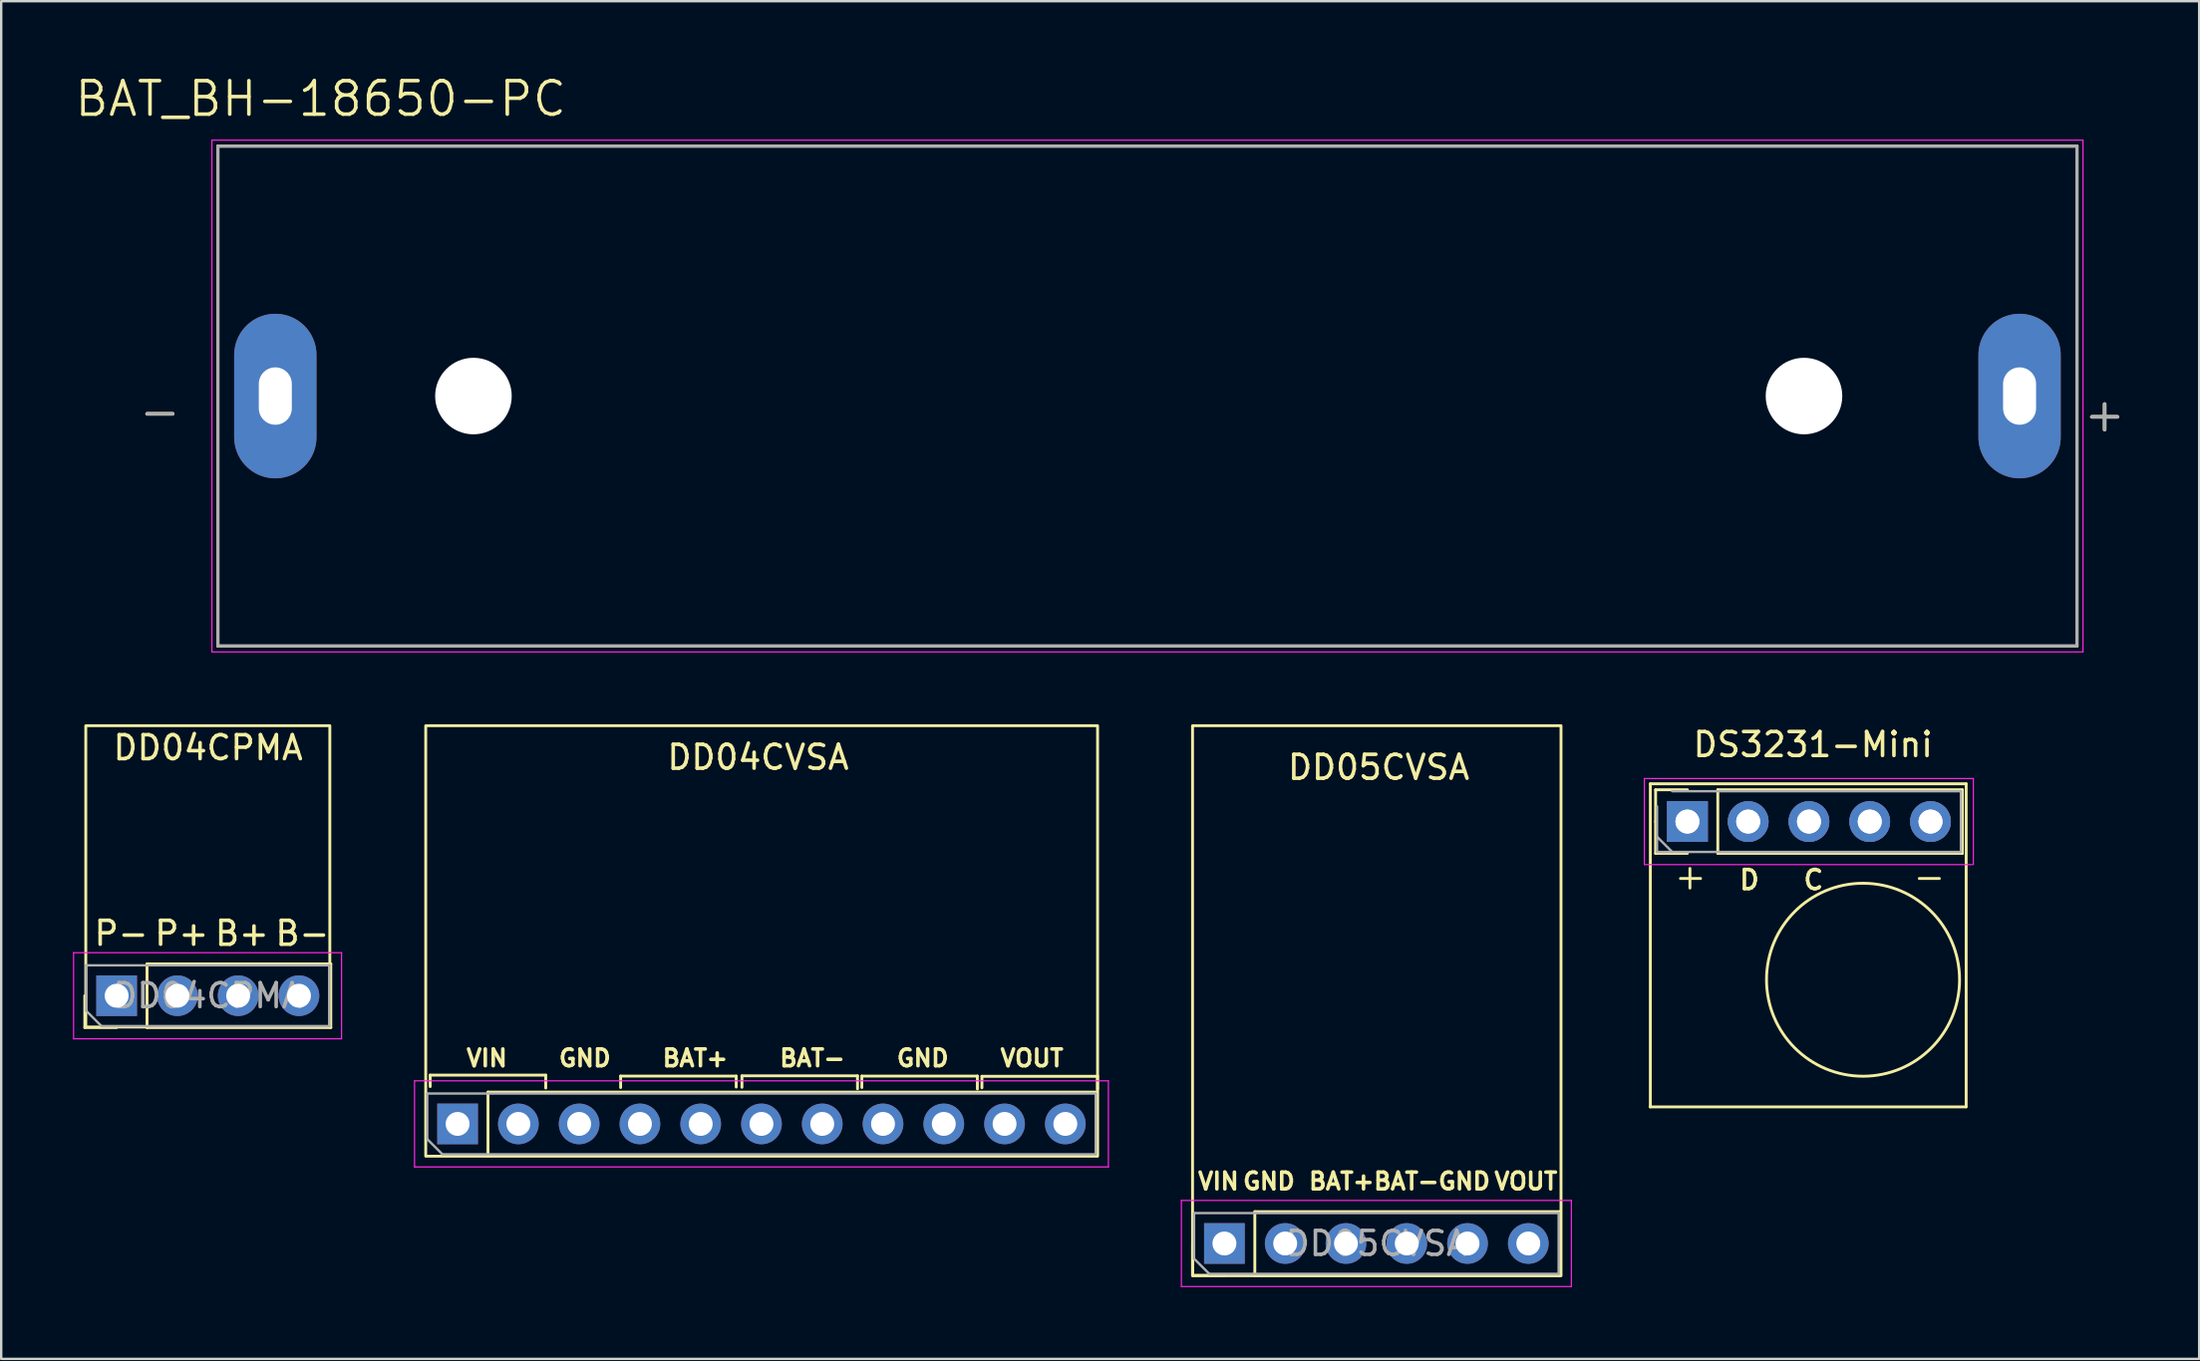
<source format=kicad_pcb>
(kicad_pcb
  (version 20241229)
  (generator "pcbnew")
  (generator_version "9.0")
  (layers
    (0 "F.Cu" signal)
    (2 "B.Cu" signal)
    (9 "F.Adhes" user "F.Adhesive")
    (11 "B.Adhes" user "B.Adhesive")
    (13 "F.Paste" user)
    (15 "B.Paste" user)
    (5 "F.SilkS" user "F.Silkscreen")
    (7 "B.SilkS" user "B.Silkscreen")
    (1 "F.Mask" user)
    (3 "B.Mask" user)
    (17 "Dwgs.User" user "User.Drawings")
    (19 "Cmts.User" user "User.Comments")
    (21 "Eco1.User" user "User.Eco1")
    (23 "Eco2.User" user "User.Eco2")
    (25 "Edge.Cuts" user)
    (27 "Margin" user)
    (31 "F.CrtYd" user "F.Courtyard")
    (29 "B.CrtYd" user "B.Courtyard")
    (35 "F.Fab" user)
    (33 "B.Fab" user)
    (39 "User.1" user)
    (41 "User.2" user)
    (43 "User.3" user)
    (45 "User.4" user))
  (footprint "DD05CVSA"
    (layer "F.Cu")
    (at 54.142 43.716)
    (property "Reference" "DD05CVSA" (at 0.43 -14.68 180) (layer "F.SilkS") (effects (font (size 1 1) (thickness 0.15))))
    (attr through_hole)
    (fp_line (start -7.348 6.56) (end -7.348 5.23) (stroke (width 0.12) (type solid)) (layer "F.SilkS"))
    (fp_line (start -6.018 6.56) (end -7.348 6.56) (stroke (width 0.12) (type solid)) (layer "F.SilkS"))
    (fp_line (start -4.747 3.9) (end 8.012 3.9) (stroke (width 0.12) (type solid)) (layer "F.SilkS"))
    (fp_line (start -4.747 6.56) (end -4.747 3.9) (stroke (width 0.12) (type solid)) (layer "F.SilkS"))
    (fp_line (start -4.747 6.56) (end 8.012 6.56) (stroke (width 0.12) (type solid)) (layer "F.SilkS"))
    (fp_line (start 8.012 6.56) (end 8.012 3.9) (stroke (width 0.12) (type solid)) (layer "F.SilkS"))
    (fp_rect (start -7.35 -16.42) (end 8.05 6.58) (stroke (width 0.12) (type solid)) (fill no) (layer "F.SilkS"))
    (fp_line (start -7.817 3.43) (end -7.817 7.03) (stroke (width 0.05) (type solid)) (layer "F.CrtYd"))
    (fp_line (start -7.817 7.03) (end 8.482 7.03) (stroke (width 0.05) (type solid)) (layer "F.CrtYd"))
    (fp_line (start 8.482 3.43) (end -7.817 3.43) (stroke (width 0.05) (type solid)) (layer "F.CrtYd"))
    (fp_line (start 8.482 7.03) (end 8.482 3.43) (stroke (width 0.05) (type solid)) (layer "F.CrtYd"))
    (fp_line (start -7.287 3.96) (end 7.952 3.96) (stroke (width 0.1) (type solid)) (layer "F.Fab"))
    (fp_line (start -7.287 5.865) (end -7.287 3.96) (stroke (width 0.1) (type solid)) (layer "F.Fab"))
    (fp_line (start -6.652 6.5) (end -7.287 5.865) (stroke (width 0.1) (type solid)) (layer "F.Fab"))
    (fp_line (start 7.952 3.96) (end 7.952 6.5) (stroke (width 0.1) (type solid)) (layer "F.Fab"))
    (fp_line (start 7.952 6.5) (end -6.652 6.5) (stroke (width 0.1) (type solid)) (layer "F.Fab"))
    (fp_text user "GND" (at 4.007 2.63 0) (unlocked yes) (layer "F.SilkS") (effects (font (size 0.7 0.7) (thickness 0.15))))
    (fp_text user "VIN" (at -6.267 2.63 0) (unlocked yes) (layer "F.SilkS") (effects (font (size 0.7 0.7) (thickness 0.15))))
    (fp_text user "VOUT" (at 6.583 2.63 0) (unlocked yes) (layer "F.SilkS") (effects (font (size 0.7 0.7) (thickness 0.15))))
    (fp_text user "BAT-" (at 1.59 2.63 0) (unlocked yes) (layer "F.SilkS") (effects (font (size 0.7 0.7) (thickness 0.15))))
    (fp_text user "BAT+" (at -1.12 2.63 0) (unlocked yes) (layer "F.SilkS") (effects (font (size 0.7 0.7) (thickness 0.15))))
    (fp_text user "GND" (at -4.157 2.63 0) (unlocked yes) (layer "F.SilkS") (effects (font (size 0.7 0.7) (thickness 0.15))))
    (fp_text user "${REFERENCE}" (at 0.333 5.23 180) (layer "F.Fab") (effects (font (size 1 1) (thickness 0.15))))
    (pad "1" thru_hole rect (at -6.018 5.23 90) (size 1.7 1.7) (drill 1) (layers "*.Cu" "*.Mask"))
    (pad "2" thru_hole oval (at -3.478 5.23 90) (size 1.7 1.7) (drill 1) (layers "*.Cu" "*.Mask"))
    (pad "3" thru_hole oval (at -0.938 5.23 90) (size 1.7 1.7) (drill 1) (layers "*.Cu" "*.Mask"))
    (pad "4" thru_hole oval (at 1.603 5.23 90) (size 1.7 1.7) (drill 1) (layers "*.Cu" "*.Mask"))
    (pad "5" thru_hole oval (at 4.143 5.23 90) (size 1.7 1.7) (drill 1) (layers "*.Cu" "*.Mask"))
    (pad "6" thru_hole oval (at 6.683 5.23 90) (size 1.7 1.7) (drill 1) (layers "*.Cu" "*.Mask")))
  (footprint "BAT_BH-18650-PC"
    (layer "F.Cu")
    (at 44.907 13.511)
    (property "Reference" "BAT_BH-18650-PC" (at -34.555 -12.429 0) (layer "F.SilkS") (effects (font (size 1.4 1.4) (thickness 0.15))))
    (attr through_hole)
    (fp_line (start -38.85 -10.45) (end -38.85 10.45) (stroke (width 0.127) (type solid)) (layer "F.SilkS"))
    (fp_line (start -38.85 10.45) (end 38.85 10.45) (stroke (width 0.127) (type solid)) (layer "F.SilkS"))
    (fp_line (start 38.85 -10.45) (end -38.85 -10.45) (stroke (width 0.127) (type solid)) (layer "F.SilkS"))
    (fp_line (start 38.85 10.45) (end 38.85 -10.45) (stroke (width 0.127) (type solid)) (layer "F.SilkS"))
    (fp_line (start -39.1 -10.7) (end -39.1 10.7) (stroke (width 0.05) (type solid)) (layer "F.CrtYd"))
    (fp_line (start -39.1 10.7) (end 39.1 10.7) (stroke (width 0.05) (type solid)) (layer "F.CrtYd"))
    (fp_line (start 39.1 -10.7) (end -39.1 -10.7) (stroke (width 0.05) (type solid)) (layer "F.CrtYd"))
    (fp_line (start 39.1 10.7) (end 39.1 -10.7) (stroke (width 0.05) (type solid)) (layer "F.CrtYd"))
    (fp_line (start -38.85 -10.45) (end -38.85 10.45) (stroke (width 0.127) (type solid)) (layer "F.Fab"))
    (fp_line (start -38.85 10.45) (end 38.85 10.45) (stroke (width 0.127) (type solid)) (layer "F.Fab"))
    (fp_line (start 38.85 -10.45) (end -38.85 -10.45) (stroke (width 0.127) (type solid)) (layer "F.Fab"))
    (fp_line (start 38.85 10.45) (end 38.85 -10.45) (stroke (width 0.127) (type solid)) (layer "F.Fab"))
    (fp_text user "+" (at 40.005 0.762 0) (layer "F.SilkS") (effects (font (size 1.4 1.4) (thickness 0.15))))
    (fp_text user "-" (at -41.275 0.635 0) (layer "F.SilkS") (effects (font (size 1.4 1.4) (thickness 0.15))))
    (fp_text user "+" (at 40.005 0.762 0) (layer "F.Fab") (effects (font (size 1.4 1.4) (thickness 0.15))))
    (fp_text user "-" (at -41.275 0.635 0) (layer "F.Fab") (effects (font (size 1.4 1.4) (thickness 0.15))))
    (pad "" np_thru_hole circle (at -28.17 0) (size 3.2 3.2) (drill 3.2) (layers "*.Cu" "*.Mask"))
    (pad "" np_thru_hole circle (at 27.44 0) (size 3.2 3.2) (drill 3.2) (layers "*.Cu" "*.Mask"))
    (pad "1" thru_hole oval (at 36.45 0) (size 3.44 6.88) (drill oval 1.38 2.4) (layers "*.Cu" "*.Mask"))
    (pad "2" thru_hole oval (at -36.45 0) (size 3.44 6.88) (drill oval 1.38 2.4) (layers "*.Cu" "*.Mask")))
  (footprint "DD04CPMA"
    (layer "F.Cu")
    (at 5.615 35.416)
    (property "Reference" "DD04CPMA" (at 0.03 -7.2 180) (layer "F.SilkS") (effects (font (size 1 1) (thickness 0.15))))
    (attr through_hole)
    (fp_line (start -5.12 4.5) (end -5.12 3.17) (stroke (width 0.12) (type solid)) (layer "F.SilkS"))
    (fp_line (start -3.79 4.5) (end -5.12 4.5) (stroke (width 0.12) (type solid)) (layer "F.SilkS"))
    (fp_line (start -2.52 1.84) (end 5.16 1.84) (stroke (width 0.12) (type solid)) (layer "F.SilkS"))
    (fp_line (start -2.52 4.5) (end -2.52 1.84) (stroke (width 0.12) (type solid)) (layer "F.SilkS"))
    (fp_line (start -2.52 4.5) (end 5.16 4.5) (stroke (width 0.12) (type solid)) (layer "F.SilkS"))
    (fp_line (start 5.16 4.5) (end 5.16 1.84) (stroke (width 0.12) (type solid)) (layer "F.SilkS"))
    (fp_rect (start -5.08 -8.12) (end 5.12 4.48) (stroke (width 0.12) (type solid)) (fill no) (layer "F.SilkS"))
    (fp_line (start -5.59 1.37) (end -5.59 4.97) (stroke (width 0.05) (type solid)) (layer "F.CrtYd"))
    (fp_line (start -5.59 4.97) (end 5.61 4.97) (stroke (width 0.05) (type solid)) (layer "F.CrtYd"))
    (fp_line (start 5.61 1.37) (end -5.59 1.37) (stroke (width 0.05) (type solid)) (layer "F.CrtYd"))
    (fp_line (start 5.61 4.97) (end 5.61 1.37) (stroke (width 0.05) (type solid)) (layer "F.CrtYd"))
    (fp_line (start -5.06 1.9) (end 5.1 1.9) (stroke (width 0.1) (type solid)) (layer "F.Fab"))
    (fp_line (start -5.06 3.805) (end -5.06 1.9) (stroke (width 0.1) (type solid)) (layer "F.Fab"))
    (fp_line (start -4.425 4.44) (end -5.06 3.805) (stroke (width 0.1) (type solid)) (layer "F.Fab"))
    (fp_line (start 5.1 1.9) (end 5.1 4.44) (stroke (width 0.1) (type solid)) (layer "F.Fab"))
    (fp_line (start 5.1 4.44) (end -4.425 4.44) (stroke (width 0.1) (type solid)) (layer "F.Fab"))
    (fp_text user "P-" (at -3.597 0.56 0) (unlocked yes) (layer "F.SilkS") (effects (font (size 1 1) (thickness 0.15))))
    (fp_text user "B-" (at 3.973 0.56 0) (unlocked yes) (layer "F.SilkS") (effects (font (size 1 1) (thickness 0.15))))
    (fp_text user "P+" (at -1.073 0.56 0) (unlocked yes) (layer "F.SilkS") (effects (font (size 1 1) (thickness 0.15))))
    (fp_text user "B+" (at 1.45 0.56 0) (unlocked yes) (layer "F.SilkS") (effects (font (size 1 1) (thickness 0.15))))
    (fp_text user "${REFERENCE}" (at 0.02 3.17 180) (layer "F.Fab") (effects (font (size 1 1) (thickness 0.15))))
    (pad "1" thru_hole rect (at -3.79 3.17 90) (size 1.7 1.7) (drill 1) (layers "*.Cu" "*.Mask"))
    (pad "2" thru_hole oval (at -1.25 3.17 90) (size 1.7 1.7) (drill 1) (layers "*.Cu" "*.Mask"))
    (pad "3" thru_hole oval (at 1.29 3.17 90) (size 1.7 1.7) (drill 1) (layers "*.Cu" "*.Mask"))
    (pad "4" thru_hole oval (at 3.83 3.17 90) (size 1.7 1.7) (drill 1) (layers "*.Cu" "*.Mask")))
  (footprint "DD04CVSA"
    (layer "F.Cu")
    (at 28.634 37.446)
    (property "Reference" "DD04CVSA" (at 0 -8.83 180) (layer "F.SilkS") (effects (font (size 1 1) (thickness 0.15))))
    (attr through_hole)
    (fp_line (start -13.705 4.46) (end -8.875 4.46) (stroke (width 0.12) (type solid)) (layer "F.SilkS"))
    (fp_line (start -13.705 4.94) (end -13.705 4.46) (stroke (width 0.12) (type solid)) (layer "F.SilkS"))
    (fp_line (start -11.289 5.17) (end 14.171 5.17) (stroke (width 0.12) (type solid)) (layer "F.SilkS"))
    (fp_line (start -11.289 7.83) (end -11.289 5.17) (stroke (width 0.12) (type solid)) (layer "F.SilkS"))
    (fp_line (start -8.875 5) (end -8.875 4.46) (stroke (width 0.12) (type solid)) (layer "F.SilkS"))
    (fp_line (start -5.745 4.5) (end -0.915 4.5) (stroke (width 0.12) (type solid)) (layer "F.SilkS"))
    (fp_line (start -5.745 4.98) (end -5.745 4.5) (stroke (width 0.12) (type solid)) (layer "F.SilkS"))
    (fp_line (start -0.915 4.96) (end -0.915 4.5) (stroke (width 0.12) (type solid)) (layer "F.SilkS"))
    (fp_line (start -0.675 4.49) (end 4.155 4.49) (stroke (width 0.12) (type solid)) (layer "F.SilkS"))
    (fp_line (start -0.675 4.97) (end -0.675 4.49) (stroke (width 0.12) (type solid)) (layer "F.SilkS"))
    (fp_line (start 4.155 5.03) (end 4.155 4.49) (stroke (width 0.12) (type solid)) (layer "F.SilkS"))
    (fp_line (start 4.335 4.5) (end 9.165 4.5) (stroke (width 0.12) (type solid)) (layer "F.SilkS"))
    (fp_line (start 4.335 4.98) (end 4.335 4.5) (stroke (width 0.12) (type solid)) (layer "F.SilkS"))
    (fp_line (start 9.165 5.04) (end 9.165 4.5) (stroke (width 0.12) (type solid)) (layer "F.SilkS"))
    (fp_line (start 9.355 4.51) (end 14.185 4.51) (stroke (width 0.12) (type solid)) (layer "F.SilkS"))
    (fp_line (start 9.355 4.99) (end 9.355 4.51) (stroke (width 0.12) (type solid)) (layer "F.SilkS"))
    (fp_line (start 14.171 7.83) (end 14.171 5.17) (stroke (width 0.12) (type solid)) (layer "F.SilkS"))
    (fp_line (start 14.185 5.05) (end 14.185 4.51) (stroke (width 0.12) (type solid)) (layer "F.SilkS"))
    (fp_rect (start -13.891 -10.15) (end 14.189 7.85) (stroke (width 0.12) (type solid)) (fill no) (layer "F.SilkS"))
    (fp_line (start -14.359 4.7) (end -14.359 8.3) (stroke (width 0.05) (type solid)) (layer "F.CrtYd"))
    (fp_line (start -14.359 8.3) (end 14.641 8.3) (stroke (width 0.05) (type solid)) (layer "F.CrtYd"))
    (fp_line (start 14.641 4.7) (end -14.359 4.7) (stroke (width 0.05) (type solid)) (layer "F.CrtYd"))
    (fp_line (start 14.641 8.3) (end 14.641 4.7) (stroke (width 0.05) (type solid)) (layer "F.CrtYd"))
    (fp_line (start -13.829 5.23) (end 14.111 5.23) (stroke (width 0.1) (type solid)) (layer "F.Fab"))
    (fp_line (start -13.829 7.135) (end -13.829 5.23) (stroke (width 0.1) (type solid)) (layer "F.Fab"))
    (fp_line (start -13.194 7.77) (end -13.829 7.135) (stroke (width 0.1) (type solid)) (layer "F.Fab"))
    (fp_line (start 14.111 5.23) (end 14.111 7.77) (stroke (width 0.1) (type solid)) (layer "F.Fab"))
    (fp_line (start 14.111 7.77) (end -13.194 7.77) (stroke (width 0.1) (type solid)) (layer "F.Fab"))
    (fp_text user "VIN" (at -11.335 3.75 0) (unlocked yes) (layer "F.SilkS") (effects (font (size 0.7 0.7) (thickness 0.15))))
    (fp_text user "BAT-" (at 2.27 3.75 0) (unlocked yes) (layer "F.SilkS") (effects (font (size 0.7 0.7) (thickness 0.15))))
    (fp_text user "GND" (at -7.239 3.75 0) (unlocked yes) (layer "F.SilkS") (effects (font (size 0.7 0.7) (thickness 0.15))))
    (fp_text user "BAT+" (at -2.626 3.75 0) (unlocked yes) (layer "F.SilkS") (effects (font (size 0.7 0.7) (thickness 0.15))))
    (fp_text user "VOUT" (at 11.445 3.75 0) (unlocked yes) (layer "F.SilkS") (effects (font (size 0.7 0.7) (thickness 0.15))))
    (fp_text user "GND" (at 6.883 3.75 0) (unlocked yes) (layer "F.SilkS") (effects (font (size 0.7 0.7) (thickness 0.15))))
    (pad "1" thru_hole rect (at -12.559 6.5 90) (size 1.7 1.7) (drill 1) (layers "*.Cu" "*.Mask"))
    (pad "1" thru_hole oval (at -10.019 6.5 90) (size 1.7 1.7) (drill 1) (layers "*.Cu" "*.Mask"))
    (pad "2" thru_hole oval (at -7.479 6.5 90) (size 1.7 1.7) (drill 1) (layers "*.Cu" "*.Mask"))
    (pad "3" thru_hole oval (at -4.939 6.5 90) (size 1.7 1.7) (drill 1) (layers "*.Cu" "*.Mask"))
    (pad "3" thru_hole oval (at -2.399 6.5 90) (size 1.7 1.7) (drill 1) (layers "*.Cu" "*.Mask"))
    (pad "4" thru_hole oval (at 0.141 6.5 90) (size 1.7 1.7) (drill 1) (layers "*.Cu" "*.Mask"))
    (pad "4" thru_hole oval (at 2.681 6.5 90) (size 1.7 1.7) (drill 1) (layers "*.Cu" "*.Mask"))
    (pad "5" thru_hole oval (at 5.221 6.5 90) (size 1.7 1.7) (drill 1) (layers "*.Cu" "*.Mask"))
    (pad "5" thru_hole oval (at 7.761 6.5 90) (size 1.7 1.7) (drill 1) (layers "*.Cu" "*.Mask"))
    (pad "6" thru_hole oval (at 10.301 6.5 90) (size 1.7 1.7) (drill 1) (layers "*.Cu" "*.Mask"))
    (pad "6" thru_hole oval (at 12.841 6.5 90) (size 1.7 1.7) (drill 1) (layers "*.Cu" "*.Mask")))
  (footprint "DS3231-Mini"
    (layer "F.Cu")
    (at 72.465 36.944)
    (property "Reference" "DS3231-Mini" (at 0.26 -8.86 0) (layer "F.SilkS") (effects (font (size 1 1) (thickness 0.15))))
    (attr through_hole)
    (fp_line (start -6.55 6.29) (end 6.65 6.29) (stroke (width 0.12) (type solid)) (layer "F.SilkS"))
    (fp_line (start -6.54 -7.22) (end -6.54 6.29) (stroke (width 0.12) (type solid)) (layer "F.SilkS"))
    (fp_line (start -6.54 -7.22) (end 6.66 -7.22) (stroke (width 0.12) (type solid)) (layer "F.SilkS"))
    (fp_line (start -6.32 -6.97) (end -4.99 -6.97) (stroke (width 0.12) (type solid)) (layer "F.SilkS"))
    (fp_line (start -6.32 -5.64) (end -6.32 -6.97) (stroke (width 0.12) (type solid)) (layer "F.SilkS"))
    (fp_line (start -6.32 -4.31) (end -6.32 -5.64) (stroke (width 0.12) (type solid)) (layer "F.SilkS"))
    (fp_line (start -5.28 -3.26) (end -4.44 -3.26) (stroke (width 0.12) (type solid)) (layer "F.SilkS"))
    (fp_line (start -4.99 -4.31) (end -6.32 -4.31) (stroke (width 0.12) (type solid)) (layer "F.SilkS"))
    (fp_line (start -4.885 -3.68) (end -4.885 -2.86) (stroke (width 0.12) (type solid)) (layer "F.SilkS"))
    (fp_line (start -3.72 -6.97) (end 6.5 -6.97) (stroke (width 0.12) (type solid)) (layer "F.SilkS"))
    (fp_line (start -3.72 -4.31) (end -3.72 -6.97) (stroke (width 0.12) (type solid)) (layer "F.SilkS"))
    (fp_line (start -3.72 -4.31) (end 6.5 -4.31) (stroke (width 0.12) (type solid)) (layer "F.SilkS"))
    (fp_line (start 4.7 -3.26) (end 5.54 -3.26) (stroke (width 0.12) (type solid)) (layer "F.SilkS"))
    (fp_line (start 6.5 -4.31) (end 6.5 -6.97) (stroke (width 0.12) (type solid)) (layer "F.SilkS"))
    (fp_line (start 6.66 -7.22) (end 6.66 6.29) (stroke (width 0.12) (type solid)) (layer "F.SilkS"))
    (fp_circle (center 2.35 0.974) (end 5.32 3.704) (stroke (width 0.12) (type solid)) (fill no) (layer "F.SilkS"))
    (fp_line (start -6.79 -7.44) (end -6.79 -3.84) (stroke (width 0.05) (type solid)) (layer "F.CrtYd"))
    (fp_line (start 6.91 -3.84) (end -6.79 -3.84) (stroke (width 0.05) (type solid)) (layer "F.CrtYd"))
    (fp_line (start 6.96 -7.44) (end -6.79 -7.44) (stroke (width 0.05) (type solid)) (layer "F.CrtYd"))
    (fp_line (start 6.96 -3.84) (end 6.96 -7.44) (stroke (width 0.05) (type solid)) (layer "F.CrtYd"))
    (fp_line (start -6.26 -4.37) (end -6.26 -6.275) (stroke (width 0.1) (type solid)) (layer "F.Fab"))
    (fp_line (start -5.625 -6.91) (end 6.44 -6.91) (stroke (width 0.1) (type solid)) (layer "F.Fab"))
    (fp_line (start -5.625 -4.37) (end -6.26 -5.005) (stroke (width 0.1) (type solid)) (layer "F.Fab"))
    (fp_line (start 6.44 -6.91) (end 6.44 -4.37) (stroke (width 0.1) (type solid)) (layer "F.Fab"))
    (fp_line (start 6.44 -4.37) (end -6.26 -4.37) (stroke (width 0.1) (type solid)) (layer "F.Fab"))
    (fp_text user "D" (at -2.4 -3.2 0) (unlocked yes) (layer "F.SilkS") (effects (font (size 0.8 0.8) (thickness 0.15))))
    (fp_text user "C" (at 0.28 -3.2 0) (unlocked yes) (layer "F.SilkS") (effects (font (size 0.8 0.8) (thickness 0.15))))
    (pad "1" thru_hole rect (at -4.99 -5.64 90) (size 1.7 1.7) (drill 1) (layers "*.Cu" "*.Mask"))
    (pad "1" thru_hole rect (at -4.99 -5.64 90) (size 1.7 1.7) (drill 1) (layers "*.Cu" "*.Mask"))
    (pad "2" thru_hole oval (at -2.45 -5.64 90) (size 1.7 1.7) (drill 1) (layers "*.Cu" "*.Mask"))
    (pad "2" thru_hole oval (at -2.45 -5.64 90) (size 1.7 1.7) (drill 1) (layers "*.Cu" "*.Mask"))
    (pad "3" thru_hole oval (at 0.09 -5.64 90) (size 1.7 1.7) (drill 1) (layers "*.Cu" "*.Mask"))
    (pad "3" thru_hole oval (at 0.09 -5.64 90) (size 1.7 1.7) (drill 1) (layers "*.Cu" "*.Mask"))
    (pad "4" thru_hole oval (at 2.63 -5.64 90) (size 1.7 1.7) (drill 1) (layers "*.Cu" "*.Mask"))
    (pad "4" thru_hole oval (at 2.63 -5.64 90) (size 1.7 1.7) (drill 1) (layers "*.Cu" "*.Mask"))
    (pad "5" thru_hole oval (at 5.17 -5.64 90) (size 1.7 1.7) (drill 1) (layers "*.Cu" "*.Mask"))
    (pad "5" thru_hole oval (at 5.17 -5.64 90) (size 1.7 1.7) (drill 1) (layers "*.Cu" "*.Mask")))
  (gr_rect
    (start -3 -3)
    (end 88.863 53.771)
    (stroke (width 0.1) (type default))
    (fill no)
    (layer "Edge.Cuts")))
</source>
